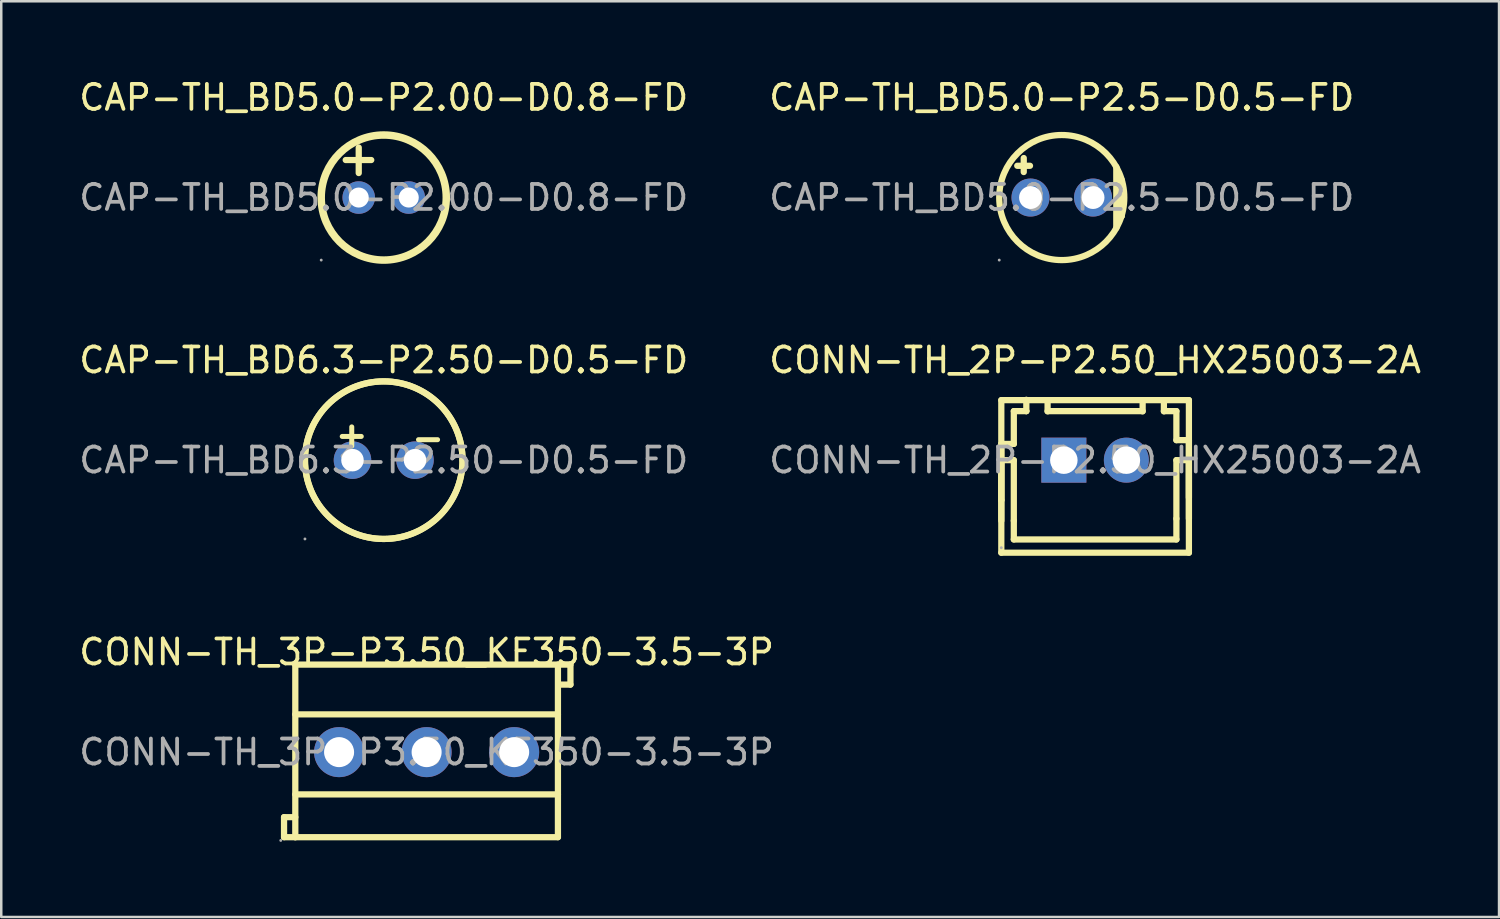
<source format=kicad_pcb>
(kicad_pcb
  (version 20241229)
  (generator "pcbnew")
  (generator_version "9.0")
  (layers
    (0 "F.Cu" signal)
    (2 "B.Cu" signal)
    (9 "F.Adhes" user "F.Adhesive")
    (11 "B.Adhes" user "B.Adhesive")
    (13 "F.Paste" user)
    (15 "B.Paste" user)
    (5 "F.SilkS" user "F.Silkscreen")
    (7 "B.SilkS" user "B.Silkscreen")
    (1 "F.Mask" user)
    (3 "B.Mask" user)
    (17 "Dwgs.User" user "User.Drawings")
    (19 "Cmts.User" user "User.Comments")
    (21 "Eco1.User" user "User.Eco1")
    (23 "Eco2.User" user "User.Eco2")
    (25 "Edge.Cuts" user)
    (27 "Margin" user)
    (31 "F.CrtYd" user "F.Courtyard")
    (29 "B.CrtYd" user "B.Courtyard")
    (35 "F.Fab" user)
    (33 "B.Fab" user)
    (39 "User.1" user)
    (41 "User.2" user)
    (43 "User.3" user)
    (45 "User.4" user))
  (footprint "CONN-TH_3P-P3.50_KF350-3.5-3P"
    (layer "F.Cu")
    (at 14.006 27.02)
    (property "Reference" "CONN-TH_3P-P3.50_KF350-3.5-3P" (at 0 -4 0) (layer "F.SilkS") (effects (font (size 1 1) (thickness 0.15))))
    (attr through_hole)
    (fp_line (start -5.7 2.6) (end -5.25 2.6) (stroke (width 0.25) (type solid)) (layer "F.SilkS"))
    (fp_line (start -5.7 3.4) (end -5.7 2.6) (stroke (width 0.25) (type solid)) (layer "F.SilkS"))
    (fp_line (start -5.25 -3.5) (end -5.25 3.4) (stroke (width 0.25) (type solid)) (layer "F.SilkS"))
    (fp_line (start -5.25 -3.5) (end 5.25 -3.5) (stroke (width 0.25) (type solid)) (layer "F.SilkS"))
    (fp_line (start -5.25 -1.51) (end 5.25 -1.51) (stroke (width 0.25) (type solid)) (layer "F.SilkS"))
    (fp_line (start -5.25 1.69) (end 5.25 1.69) (stroke (width 0.25) (type solid)) (layer "F.SilkS"))
    (fp_line (start -5.25 3.4) (end -5.7 3.4) (stroke (width 0.25) (type solid)) (layer "F.SilkS"))
    (fp_line (start -5.25 3.4) (end 5.25 3.4) (stroke (width 0.25) (type solid)) (layer "F.SilkS"))
    (fp_line (start 5.25 -3.5) (end 5.25 3.4) (stroke (width 0.25) (type solid)) (layer "F.SilkS"))
    (fp_line (start 5.3 -3.5) (end 5.75 -3.5) (stroke (width 0.25) (type solid)) (layer "F.SilkS"))
    (fp_line (start 5.75 -3.5) (end 5.75 -2.7) (stroke (width 0.25) (type solid)) (layer "F.SilkS"))
    (fp_line (start 5.75 -2.7) (end 5.3 -2.7) (stroke (width 0.25) (type solid)) (layer "F.SilkS"))
    (fp_circle (center -5.83 3.53) (end -5.8 3.53) (stroke (width 0.06) (type solid)) (fill no) (layer "F.Fab"))
    (fp_circle (center -3.5 0) (end -3.25 0) (stroke (width 0.5) (type solid)) (fill no) (layer "F.Fab"))
    (fp_circle (center 0 0) (end 0.25 0) (stroke (width 0.5) (type solid)) (fill no) (layer "F.Fab"))
    (fp_circle (center 3.5 0) (end 3.75 0) (stroke (width 0.5) (type solid)) (fill no) (layer "F.Fab"))
    (fp_text user "${REFERENCE}" (at 0 0 0) (layer "F.Fab") (effects (font (size 1 1) (thickness 0.15))))
    (pad "1" thru_hole circle (at -3.5 0) (size 2 2) (drill 1.2) (layers "*.Cu" "*.Mask"))
    (pad "2" thru_hole circle (at 0 0) (size 2 2) (drill 1.2) (layers "*.Cu" "*.Mask"))
    (pad "3" thru_hole circle (at 3.5 0) (size 2 2) (drill 1.2) (layers "*.Cu" "*.Mask")))
  (footprint "CONN-TH_2P-P2.50_HX25003-2A"
    (layer "F.Cu")
    (at 40.732 15.347)
    (property "Reference" "CONN-TH_2P-P2.50_HX25003-2A" (at 0 -4 0) (layer "F.SilkS") (effects (font (size 1 1) (thickness 0.15))))
    (attr through_hole)
    (fp_line (start -3.75 -2.4) (end -3.75 3.7) (stroke (width 0.25) (type solid)) (layer "F.SilkS"))
    (fp_line (start -3.75 -2.4) (end 3.75 -2.4) (stroke (width 0.25) (type solid)) (layer "F.SilkS"))
    (fp_line (start -3.75 -0.65) (end -3.25 -0.65) (stroke (width 0.25) (type solid)) (layer "F.SilkS"))
    (fp_line (start -3.75 0) (end -3.75 2.42) (stroke (width 0.25) (type solid)) (layer "F.SilkS"))
    (fp_line (start -3.75 1.6) (end -3.75 -0.65) (stroke (width 0.25) (type solid)) (layer "F.SilkS"))
    (fp_line (start -3.75 1.6) (end -3.75 1.6) (stroke (width 0.25) (type solid)) (layer "F.SilkS"))
    (fp_line (start -3.75 3.7) (end 3.75 3.7) (stroke (width 0.25) (type solid)) (layer "F.SilkS"))
    (fp_line (start -3.25 -1.96) (end -2.75 -1.96) (stroke (width 0.25) (type solid)) (layer "F.SilkS"))
    (fp_line (start -3.25 -0.65) (end -3.25 -1.96) (stroke (width 0.25) (type solid)) (layer "F.SilkS"))
    (fp_line (start -3.25 0) (end -3.75 0) (stroke (width 0.25) (type solid)) (layer "F.SilkS"))
    (fp_line (start -3.25 2.42) (end -3.25 0) (stroke (width 0.25) (type solid)) (layer "F.SilkS"))
    (fp_line (start -3.25 3.17) (end -3.25 2.42) (stroke (width 0.25) (type solid)) (layer "F.SilkS"))
    (fp_line (start -2.75 -2.41) (end -2.75 -2.41) (stroke (width 0.25) (type solid)) (layer "F.SilkS"))
    (fp_line (start -2.75 -1.96) (end -2.75 -2.41) (stroke (width 0.25) (type solid)) (layer "F.SilkS"))
    (fp_line (start -2.75 -1.96) (end -2.75 -1.96) (stroke (width 0.25) (type solid)) (layer "F.SilkS"))
    (fp_line (start -1.9 -2.4) (end -1.9 -1.95) (stroke (width 0.25) (type solid)) (layer "F.SilkS"))
    (fp_line (start 1.9 -2.4) (end 1.9 -1.95) (stroke (width 0.25) (type solid)) (layer "F.SilkS"))
    (fp_line (start 1.9 -1.96) (end -1.9 -1.96) (stroke (width 0.25) (type solid)) (layer "F.SilkS"))
    (fp_line (start 2.75 -1.95) (end 2.75 -2.4) (stroke (width 0.25) (type solid)) (layer "F.SilkS"))
    (fp_line (start 3.25 -1.96) (end 2.75 -1.96) (stroke (width 0.25) (type solid)) (layer "F.SilkS"))
    (fp_line (start 3.25 -1.96) (end 3.25 -0.8) (stroke (width 0.25) (type solid)) (layer "F.SilkS"))
    (fp_line (start 3.25 0) (end 3.25 2.34) (stroke (width 0.25) (type solid)) (layer "F.SilkS"))
    (fp_line (start 3.25 2.34) (end 3.25 3.17) (stroke (width 0.25) (type solid)) (layer "F.SilkS"))
    (fp_line (start 3.25 3.17) (end -3.25 3.17) (stroke (width 0.25) (type solid)) (layer "F.SilkS"))
    (fp_line (start 3.75 -2.4) (end 3.75 3.7) (stroke (width 0.25) (type solid)) (layer "F.SilkS"))
    (fp_line (start 3.75 -0.8) (end 3.25 -0.8) (stroke (width 0.25) (type solid)) (layer "F.SilkS"))
    (fp_line (start 3.75 0) (end 3.25 0) (stroke (width 0.25) (type solid)) (layer "F.SilkS"))
    (fp_line (start 3.75 1.5) (end 3.75 -0.8) (stroke (width 0.25) (type solid)) (layer "F.SilkS"))
    (fp_line (start 3.75 2.34) (end 3.75 0) (stroke (width 0.25) (type solid)) (layer "F.SilkS"))
    (fp_circle (center -3.75 3.5) (end -3.72 3.5) (stroke (width 0.06) (type solid)) (fill no) (layer "F.Fab"))
    (fp_text user "${REFERENCE}" (at 0 0 0) (layer "F.Fab") (effects (font (size 1 1) (thickness 0.15))))
    (pad "1" thru_hole rect (at -1.25 0) (size 1.8 1.8) (drill 1.1) (layers "*.Cu" "*.Mask"))
    (pad "2" thru_hole circle (at 1.25 0) (size 1.8 1.8) (drill 1.1) (layers "*.Cu" "*.Mask")))
  (footprint "CAP-TH_BD6.3-P2.50-D0.5-FD"
    (layer "F.Cu")
    (at 12.292 15.347)
    (property "Reference" "CAP-TH_BD6.3-P2.50-D0.5-FD" (at 0 -4 0) (layer "F.SilkS") (effects (font (size 1 1) (thickness 0.15))))
    (attr through_hole)
    (fp_arc (start -3.15 0) (mid 0 -3.15) (end 3.15 0) (stroke (width 0.25) (type solid)) (layer "F.SilkS"))
    (fp_arc (start 3.15 0) (mid 0 3.15) (end -3.15 0) (stroke (width 0.25) (type solid)) (layer "F.SilkS"))
    (fp_circle (center 0 0) (end 3.15 0) (stroke (width 0.25) (type solid)) (fill no) (layer "F.SilkS"))
    (fp_circle (center -3.15 3.15) (end -3.12 3.15) (stroke (width 0.06) (type solid)) (fill no) (layer "F.Fab"))
    (fp_circle (center -1.25 0) (end -1.13 0) (stroke (width 0.25) (type solid)) (fill no) (layer "F.Fab"))
    (fp_circle (center 1.25 0) (end 1.37 0) (stroke (width 0.25) (type solid)) (fill no) (layer "F.Fab"))
    (fp_text user "-" (at 1.02 -0.89 0) (layer "F.SilkS") (effects (font (size 1 1) (thickness 0.2)) (justify left)))
    (fp_text user "+" (at -2.03 -1.02 0) (layer "F.SilkS") (effects (font (size 1 1) (thickness 0.2)) (justify left)))
    (fp_text user "${REFERENCE}" (at 0 0 0) (layer "F.Fab") (effects (font (size 1 1) (thickness 0.15))))
    (pad "1" thru_hole circle (at -1.25 0) (size 1.5 1.5) (drill 0.9) (layers "*.Cu" "*.Mask"))
    (pad "2" thru_hole circle (at 1.25 0) (size 1.5 1.5) (drill 0.9) (layers "*.Cu" "*.Mask")))
  (footprint "CAP-TH_BD5.0-P2.5-D0.5-FD"
    (layer "F.Cu")
    (at 39.399 4.848)
    (property "Reference" "CAP-TH_BD5.0-P2.5-D0.5-FD" (at 0 -4 0) (layer "F.SilkS") (effects (font (size 1 1) (thickness 0.15))))
    (attr through_hole)
    (fp_line (start -1.78 -1.27) (end -1.27 -1.27) (stroke (width 0.25) (type solid)) (layer "F.SilkS"))
    (fp_line (start -1.52 -1.58) (end -1.52 -1.02) (stroke (width 0.25) (type solid)) (layer "F.SilkS"))
    (fp_line (start 2.18 -1.23) (end 2.18 1.22) (stroke (width 0.25) (type solid)) (layer "F.SilkS"))
    (fp_line (start 2.39 -0.72) (end 2.39 0.75) (stroke (width 0.25) (type solid)) (layer "F.SilkS"))
    (fp_line (start 2.39 0.75) (end 2.38 0.76) (stroke (width 0.25) (type solid)) (layer "F.SilkS"))
    (fp_circle (center 0 0) (end 2.5 0) (stroke (width 0.25) (type solid)) (fill no) (layer "F.SilkS"))
    (fp_circle (center -2.5 2.5) (end -2.47 2.5) (stroke (width 0.06) (type solid)) (fill no) (layer "F.Fab"))
    (fp_circle (center -1.25 0) (end -1.13 0) (stroke (width 0.25) (type solid)) (fill no) (layer "F.Fab"))
    (fp_circle (center 1.25 0) (end 1.37 0) (stroke (width 0.25) (type solid)) (fill no) (layer "F.Fab"))
    (fp_text user "${REFERENCE}" (at 0 0 0) (layer "F.Fab") (effects (font (size 1 1) (thickness 0.15))))
    (pad "1" thru_hole circle (at -1.25 0) (size 1.52 1.52) (drill 0.914) (layers "*.Cu" "*.Mask"))
    (pad "2" thru_hole circle (at 1.25 0) (size 1.52 1.52) (drill 0.914) (layers "*.Cu" "*.Mask")))
  (footprint "CAP-TH_BD5.0-P2.00-D0.8-FD"
    (layer "F.Cu")
    (at 12.292 4.848)
    (property "Reference" "CAP-TH_BD5.0-P2.00-D0.8-FD" (at 0 -4 0) (layer "F.SilkS") (effects (font (size 1 1) (thickness 0.15))))
    (attr through_hole)
    (fp_line (start -1.52 -1.5) (end -0.5 -1.5) (stroke (width 0.25) (type solid)) (layer "F.SilkS"))
    (fp_line (start -1 -2) (end -1 -0.98) (stroke (width 0.25) (type solid)) (layer "F.SilkS"))
    (fp_circle (center 0 0) (end 2.5 0) (stroke (width 0.3) (type solid)) (fill no) (layer "F.SilkS"))
    (fp_circle (center -2.5 2.5) (end -2.47 2.5) (stroke (width 0.06) (type solid)) (fill no) (layer "F.Fab"))
    (fp_circle (center -1 0) (end -0.85 0) (stroke (width 0.3) (type solid)) (fill no) (layer "F.Fab"))
    (fp_circle (center 1 0) (end 1.15 0) (stroke (width 0.3) (type solid)) (fill no) (layer "F.Fab"))
    (fp_text user "${REFERENCE}" (at 0 0 0) (layer "F.Fab") (effects (font (size 1 1) (thickness 0.15))))
    (pad "1" thru_hole circle (at -1 0) (size 1.3 1.3) (drill 0.8) (layers "*.Cu" "*.Mask"))
    (pad "2" thru_hole circle (at 1 0) (size 1.3 1.3) (drill 0.8) (layers "*.Cu" "*.Mask")))
  (gr_rect
    (start -3 -3)
    (end 56.881 33.61)
    (stroke (width 0.1) (type default))
    (fill no)
    (layer "Edge.Cuts")))
</source>
